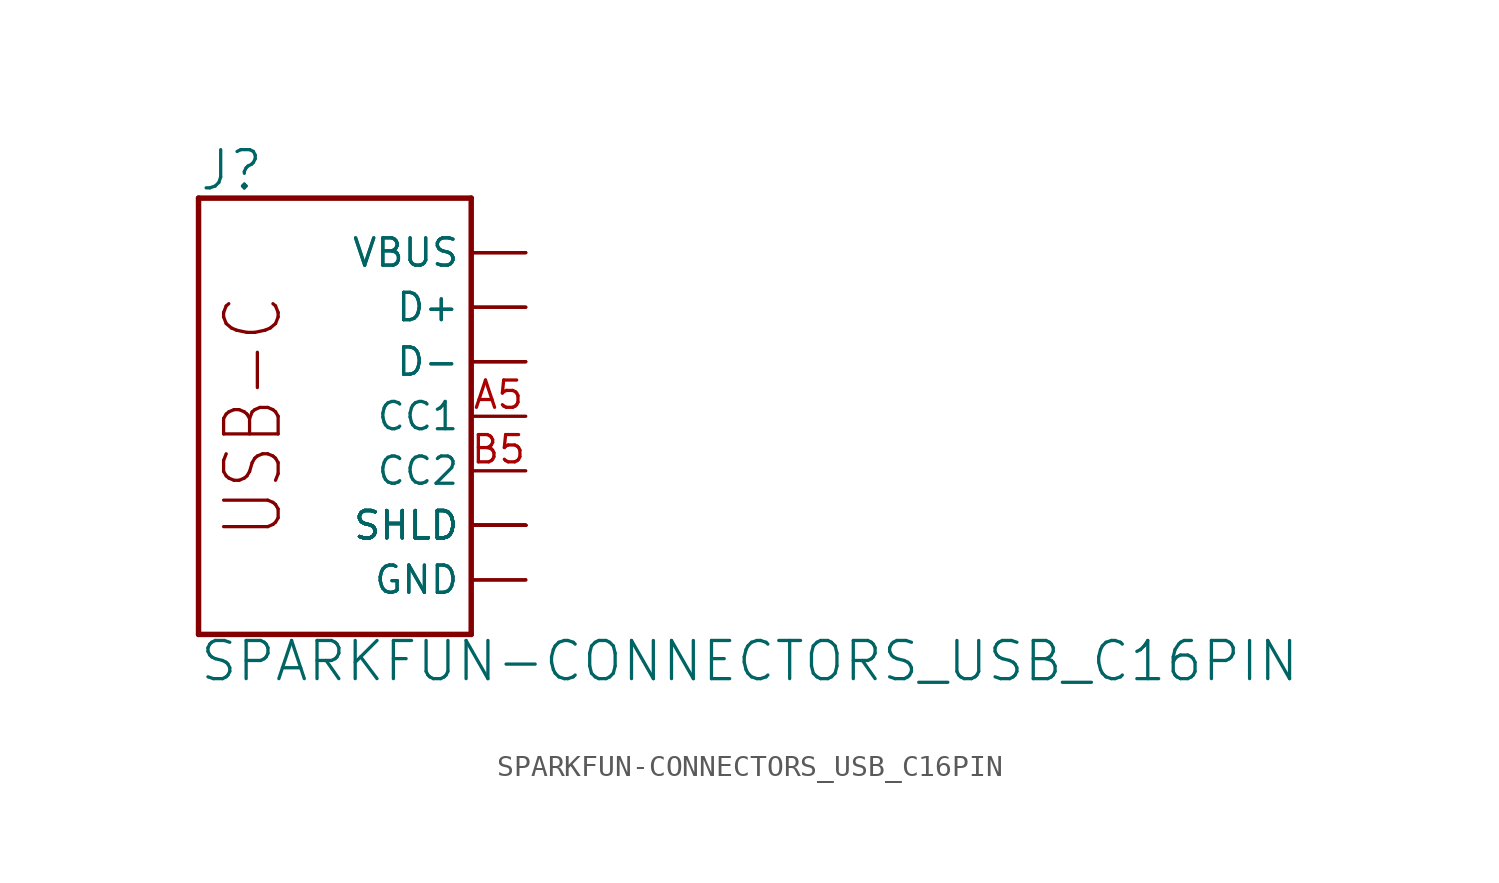
<source format=kicad_sym>
(kicad_symbol_lib
  (version 20211014)
  (generator kicad_symbol_editor)
  (symbol "SPARKFUN-CONNECTORS_USB_C16PIN"
    (property "Reference" "J"
      (at -2.54 10.414 0)
      (effects (font (size 1.778 1.778)) (justify left bottom)))
    (property "Value" "SPARKFUN-CONNECTORS_USB_C16PIN"
      (at -2.54 -12.446 0)
      (effects (font (size 1.778 1.778)) (justify left bottom)))
    (property "ki_locked" ""
      (at 0 0 0)
      (effects (font (size 1.27 1.27))))
    (symbol "SPARKFUN-CONNECTORS_USB_C16PIN_1_0"
      (polyline (pts (xy -2.54 -10.16) (xy -2.54 10.16)) (stroke (width 0.254) (type default) (color 0 0 0 0)) (fill (type none)))
      (polyline (pts (xy -2.54 -10.16) (xy 10.16 -10.16)) (stroke (width 0.254) (type default) (color 0 0 0 0)) (fill (type none)))
      (polyline (pts (xy 10.16 -10.16) (xy 10.16 10.16)) (stroke (width 0.254) (type default) (color 0 0 0 0)) (fill (type none)))
      (polyline (pts (xy 10.16 10.16) (xy -2.54 10.16)) (stroke (width 0.254) (type default) (color 0 0 0 0)) (fill (type none)))
      (text "USB-C" (at 0 0 900) (effects (font (size 2.54 2.159))))
      (pin bidirectional line (at 12.7 0 180) (length 2.54) (name "CC1" (effects (font (size 1.27 1.27)))) (number "A5" (effects (font (size 1.27 1.27)))))
      (pin bidirectional line (at 12.7 5.08 180) (length 2.54) (name "D+" (effects (font (size 1.27 1.27)))) (number "A6" (effects (font (size 0 0)))))
      (pin bidirectional line (at 12.7 2.54 180) (length 2.54) (name "D-" (effects (font (size 1.27 1.27)))) (number "A7" (effects (font (size 0 0)))))
      (pin bidirectional line (at 12.7 -2.54 180) (length 2.54) (name "CC2" (effects (font (size 1.27 1.27)))) (number "B5" (effects (font (size 1.27 1.27)))))
      (pin bidirectional line (at 12.7 5.08 180) (length 2.54) (name "D+" (effects (font (size 1.27 1.27)))) (number "B6" (effects (font (size 0 0)))))
      (pin bidirectional line (at 12.7 2.54 180) (length 2.54) (name "D-" (effects (font (size 1.27 1.27)))) (number "B7" (effects (font (size 0 0)))))
      (pin bidirectional line (at 12.7 -7.62 180) (length 2.54) (name "GND" (effects (font (size 1.27 1.27)))) (number "GND" (effects (font (size 0 0)))))
      (pin bidirectional line (at 12.7 -7.62 180) (length 2.54) (name "GND" (effects (font (size 1.27 1.27)))) (number "GND2" (effects (font (size 0 0)))))
      (pin bidirectional line (at 12.7 -5.08 180) (length 2.54) (name "SHLD" (effects (font (size 1.27 1.27)))) (number "SHLD1" (effects (font (size 0 0)))))
      (pin bidirectional line (at 12.7 -5.08 180) (length 2.54) (name "SHLD" (effects (font (size 1.27 1.27)))) (number "SHLD2" (effects (font (size 0 0)))))
      (pin bidirectional line (at 12.7 -5.08 180) (length 2.54) (name "SHLD" (effects (font (size 1.27 1.27)))) (number "SHLD3" (effects (font (size 0 0)))))
      (pin bidirectional line (at 12.7 -5.08 180) (length 2.54) (name "SHLD" (effects (font (size 1.27 1.27)))) (number "SHLD4" (effects (font (size 0 0)))))
      (pin bidirectional line (at 12.7 -5.08 180) (length 2.54) (name "SHLD" (effects (font (size 1.27 1.27)))) (number "SHLD5" (effects (font (size 0 0)))))
      (pin bidirectional line (at 12.7 -5.08 180) (length 2.54) (name "SHLD" (effects (font (size 1.27 1.27)))) (number "SHLD6" (effects (font (size 0 0)))))
      (pin bidirectional line (at 12.7 -5.08 180) (length 2.54) (name "SHLD" (effects (font (size 1.27 1.27)))) (number "SHLD7" (effects (font (size 0 0)))))
      (pin bidirectional line (at 12.7 -5.08 180) (length 2.54) (name "SHLD" (effects (font (size 1.27 1.27)))) (number "SHLD8" (effects (font (size 0 0)))))
      (pin bidirectional line (at 12.7 7.62 180) (length 2.54) (name "VBUS" (effects (font (size 1.27 1.27)))) (number "VBUS1" (effects (font (size 0 0)))))
      (pin bidirectional line (at 12.7 7.62 180) (length 2.54) (name "VBUS" (effects (font (size 1.27 1.27)))) (number "VBUS2" (effects (font (size 0 0))))))))
</source>
